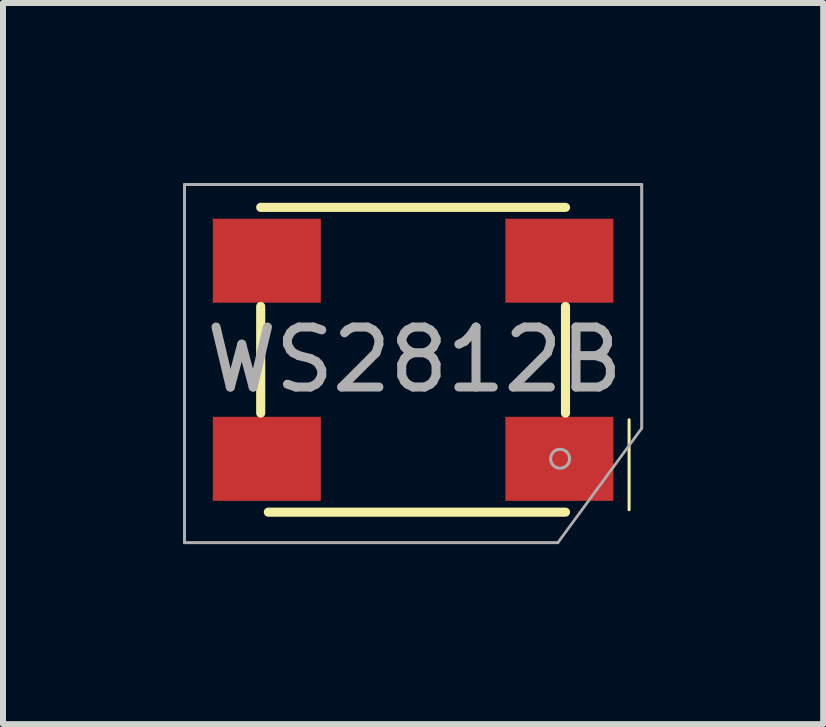
<source format=kicad_pcb>
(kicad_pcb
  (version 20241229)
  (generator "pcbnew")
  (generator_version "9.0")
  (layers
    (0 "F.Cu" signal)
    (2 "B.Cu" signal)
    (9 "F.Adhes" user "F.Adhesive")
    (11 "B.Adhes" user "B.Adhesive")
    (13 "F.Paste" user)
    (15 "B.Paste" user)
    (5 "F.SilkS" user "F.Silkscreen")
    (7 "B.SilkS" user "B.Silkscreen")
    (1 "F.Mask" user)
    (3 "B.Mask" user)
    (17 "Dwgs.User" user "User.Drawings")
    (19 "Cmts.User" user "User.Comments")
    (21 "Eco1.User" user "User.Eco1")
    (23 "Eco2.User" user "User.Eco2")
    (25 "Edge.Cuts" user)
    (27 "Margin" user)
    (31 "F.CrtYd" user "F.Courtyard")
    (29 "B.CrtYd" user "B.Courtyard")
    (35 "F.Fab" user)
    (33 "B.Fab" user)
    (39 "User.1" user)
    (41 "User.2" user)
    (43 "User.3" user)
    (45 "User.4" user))
  (footprint "WS2812B"
    (layer "F.Cu")
    (at 3.835 2.946)
    (property "Reference" "WS2812B" (at 0.025 0 0) (layer "F.Fab") (effects (font (size 1 1) (thickness 0.15))))
    (attr through_hole)
    (fp_line (start -2.54 -2.54) (end 2.54 -2.54) (stroke (width 0.152) (type solid)) (layer "F.SilkS"))
    (fp_line (start -2.54 -0.889) (end -2.54 0.889) (stroke (width 0.152) (type solid)) (layer "F.SilkS"))
    (fp_line (start 2.54 -0.889) (end 2.54 0.889) (stroke (width 0.152) (type solid)) (layer "F.SilkS"))
    (fp_line (start 2.54 2.54) (end -2.413 2.54) (stroke (width 0.152) (type solid)) (layer "F.SilkS"))
    (fp_line (start 3.6 1) (end 3.6 2.5) (stroke (width 0.05) (type solid)) (layer "F.SilkS"))
    (fp_line (start -3.81 -2.921) (end -3.81 3.048) (stroke (width 0.05) (type solid)) (layer "F.Fab"))
    (fp_line (start -3.81 3.048) (end 2.413 3.048) (stroke (width 0.05) (type solid)) (layer "F.Fab"))
    (fp_line (start 2.413 3.048) (end 3.81 1.143) (stroke (width 0.046) (type solid)) (layer "F.Fab"))
    (fp_line (start 3.81 -2.921) (end -3.81 -2.921) (stroke (width 0.05) (type solid)) (layer "F.Fab"))
    (fp_line (start 3.81 1.143) (end 3.81 -2.921) (stroke (width 0.05) (type solid)) (layer "F.Fab"))
    (fp_circle (center 2.45 1.65) (end 2.5 1.8) (stroke (width 0.05) (type solid)) (fill no) (layer "F.Fab"))
    (pad "1" smd rect (at 2.438 1.651) (size 1.8 1.4) (layers "F.Cu" "F.Mask" "F.Paste"))
    (pad "2" smd rect (at 2.438 -1.651) (size 1.8 1.4) (layers "F.Cu" "F.Mask" "F.Paste"))
    (pad "3" smd rect (at -2.438 -1.651) (size 1.8 1.4) (layers "F.Cu" "F.Mask" "F.Paste"))
    (pad "4" smd rect (at -2.438 1.651) (size 1.8 1.4) (layers "F.Cu" "F.Mask" "F.Paste")))
  (gr_rect
    (start -3 -3)
    (end 10.67 9.019)
    (stroke (width 0.1) (type default))
    (fill no)
    (layer "Edge.Cuts")))
</source>
